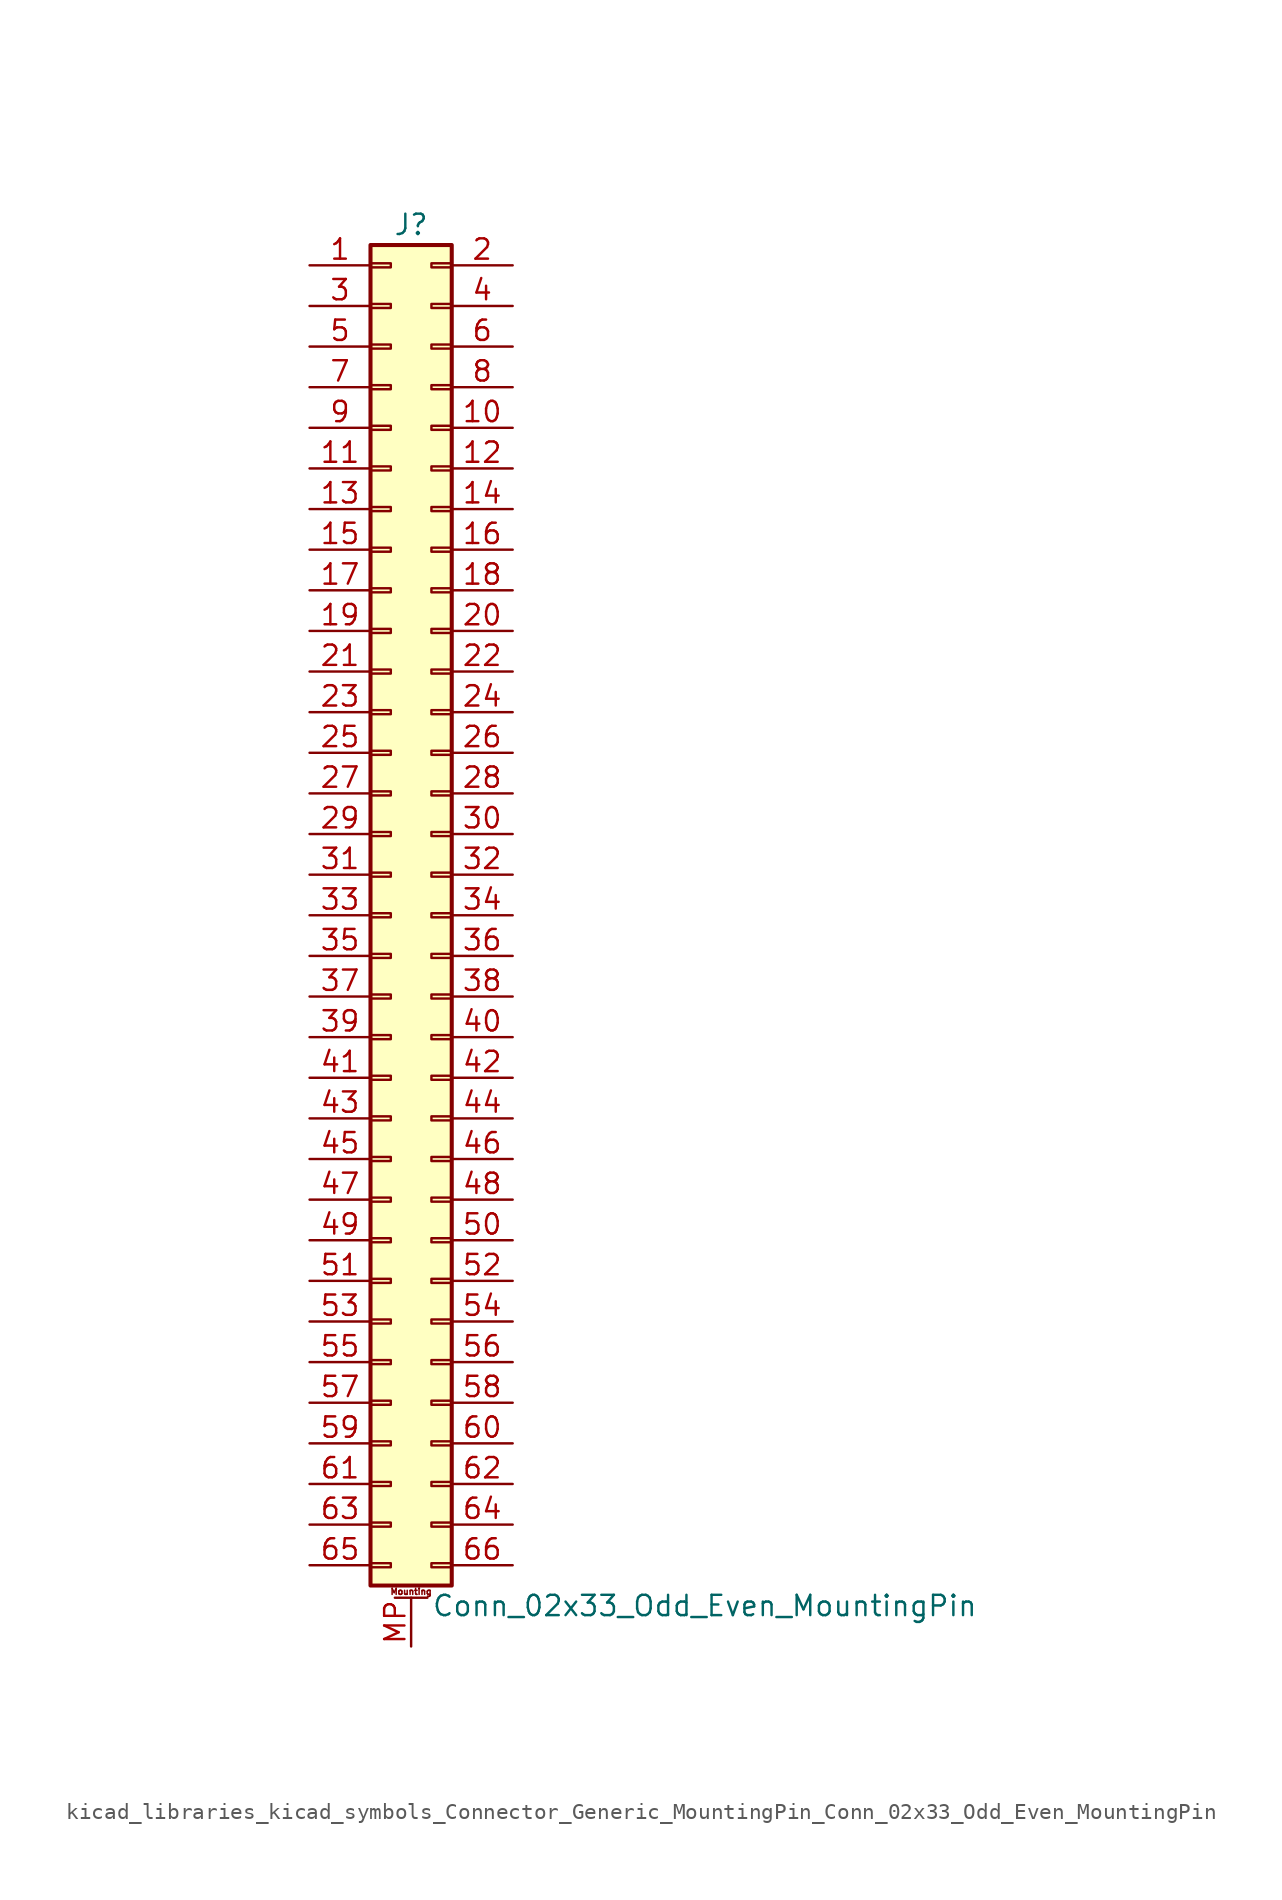
<source format=kicad_sym>
(kicad_symbol_lib
  (version 20220914)
  (generator kicad_symbol_editor)
  (symbol "kicad_libraries_kicad_symbols_Connector_Generic_MountingPin_Conn_02x33_Odd_Even_MountingPin"
    (pin_names
      (offset 1.016) hide)
    (property "Reference" "J"
      (at 1.27 43.18 0)
      (effects (font (size 1.27 1.27))))
    (property "Value" "Conn_02x33_Odd_Even_MountingPin"
      (at 2.54 -43.18 0)
      (effects (font (size 1.27 1.27)) (justify left)))
    (symbol "kicad_libraries_kicad_symbols_Connector_Generic_MountingPin_Conn_02x33_Odd_Even_MountingPin_1_1"
      (rectangle (start -1.27 -40.513) (end 0 -40.767) (stroke (width 0.152) (type default)) (fill (type none)))
      (rectangle (start -1.27 -37.973) (end 0 -38.227) (stroke (width 0.152) (type default)) (fill (type none)))
      (rectangle (start -1.27 -35.433) (end 0 -35.687) (stroke (width 0.152) (type default)) (fill (type none)))
      (rectangle (start -1.27 -32.893) (end 0 -33.147) (stroke (width 0.152) (type default)) (fill (type none)))
      (rectangle (start -1.27 -30.353) (end 0 -30.607) (stroke (width 0.152) (type default)) (fill (type none)))
      (rectangle (start -1.27 -27.813) (end 0 -28.067) (stroke (width 0.152) (type default)) (fill (type none)))
      (rectangle (start -1.27 -25.273) (end 0 -25.527) (stroke (width 0.152) (type default)) (fill (type none)))
      (rectangle (start -1.27 -22.733) (end 0 -22.987) (stroke (width 0.152) (type default)) (fill (type none)))
      (rectangle (start -1.27 -20.193) (end 0 -20.447) (stroke (width 0.152) (type default)) (fill (type none)))
      (rectangle (start -1.27 -17.653) (end 0 -17.907) (stroke (width 0.152) (type default)) (fill (type none)))
      (rectangle (start -1.27 -15.113) (end 0 -15.367) (stroke (width 0.152) (type default)) (fill (type none)))
      (rectangle (start -1.27 -12.573) (end 0 -12.827) (stroke (width 0.152) (type default)) (fill (type none)))
      (rectangle (start -1.27 -10.033) (end 0 -10.287) (stroke (width 0.152) (type default)) (fill (type none)))
      (rectangle (start -1.27 -7.493) (end 0 -7.747) (stroke (width 0.152) (type default)) (fill (type none)))
      (rectangle (start -1.27 -4.953) (end 0 -5.207) (stroke (width 0.152) (type default)) (fill (type none)))
      (rectangle (start -1.27 -2.413) (end 0 -2.667) (stroke (width 0.152) (type default)) (fill (type none)))
      (rectangle (start -1.27 0.127) (end 0 -0.127) (stroke (width 0.152) (type default)) (fill (type none)))
      (rectangle (start -1.27 2.667) (end 0 2.413) (stroke (width 0.152) (type default)) (fill (type none)))
      (rectangle (start -1.27 5.207) (end 0 4.953) (stroke (width 0.152) (type default)) (fill (type none)))
      (rectangle (start -1.27 7.747) (end 0 7.493) (stroke (width 0.152) (type default)) (fill (type none)))
      (rectangle (start -1.27 10.287) (end 0 10.033) (stroke (width 0.152) (type default)) (fill (type none)))
      (rectangle (start -1.27 12.827) (end 0 12.573) (stroke (width 0.152) (type default)) (fill (type none)))
      (rectangle (start -1.27 15.367) (end 0 15.113) (stroke (width 0.152) (type default)) (fill (type none)))
      (rectangle (start -1.27 17.907) (end 0 17.653) (stroke (width 0.152) (type default)) (fill (type none)))
      (rectangle (start -1.27 20.447) (end 0 20.193) (stroke (width 0.152) (type default)) (fill (type none)))
      (rectangle (start -1.27 22.987) (end 0 22.733) (stroke (width 0.152) (type default)) (fill (type none)))
      (rectangle (start -1.27 25.527) (end 0 25.273) (stroke (width 0.152) (type default)) (fill (type none)))
      (rectangle (start -1.27 28.067) (end 0 27.813) (stroke (width 0.152) (type default)) (fill (type none)))
      (rectangle (start -1.27 30.607) (end 0 30.353) (stroke (width 0.152) (type default)) (fill (type none)))
      (rectangle (start -1.27 33.147) (end 0 32.893) (stroke (width 0.152) (type default)) (fill (type none)))
      (rectangle (start -1.27 35.687) (end 0 35.433) (stroke (width 0.152) (type default)) (fill (type none)))
      (rectangle (start -1.27 38.227) (end 0 37.973) (stroke (width 0.152) (type default)) (fill (type none)))
      (rectangle (start -1.27 40.767) (end 0 40.513) (stroke (width 0.152) (type default)) (fill (type none)))
      (rectangle (start -1.27 41.91) (end 3.81 -41.91) (stroke (width 0.254) (type default)) (fill (type background)))
      (polyline (pts (xy 0.254 -42.672) (xy 2.286 -42.672)) (stroke (width 0.152) (type default)) (fill (type none)))
      (rectangle (start 3.81 -40.513) (end 2.54 -40.767) (stroke (width 0.152) (type default)) (fill (type none)))
      (rectangle (start 3.81 -37.973) (end 2.54 -38.227) (stroke (width 0.152) (type default)) (fill (type none)))
      (rectangle (start 3.81 -35.433) (end 2.54 -35.687) (stroke (width 0.152) (type default)) (fill (type none)))
      (rectangle (start 3.81 -32.893) (end 2.54 -33.147) (stroke (width 0.152) (type default)) (fill (type none)))
      (rectangle (start 3.81 -30.353) (end 2.54 -30.607) (stroke (width 0.152) (type default)) (fill (type none)))
      (rectangle (start 3.81 -27.813) (end 2.54 -28.067) (stroke (width 0.152) (type default)) (fill (type none)))
      (rectangle (start 3.81 -25.273) (end 2.54 -25.527) (stroke (width 0.152) (type default)) (fill (type none)))
      (rectangle (start 3.81 -22.733) (end 2.54 -22.987) (stroke (width 0.152) (type default)) (fill (type none)))
      (rectangle (start 3.81 -20.193) (end 2.54 -20.447) (stroke (width 0.152) (type default)) (fill (type none)))
      (rectangle (start 3.81 -17.653) (end 2.54 -17.907) (stroke (width 0.152) (type default)) (fill (type none)))
      (rectangle (start 3.81 -15.113) (end 2.54 -15.367) (stroke (width 0.152) (type default)) (fill (type none)))
      (rectangle (start 3.81 -12.573) (end 2.54 -12.827) (stroke (width 0.152) (type default)) (fill (type none)))
      (rectangle (start 3.81 -10.033) (end 2.54 -10.287) (stroke (width 0.152) (type default)) (fill (type none)))
      (rectangle (start 3.81 -7.493) (end 2.54 -7.747) (stroke (width 0.152) (type default)) (fill (type none)))
      (rectangle (start 3.81 -4.953) (end 2.54 -5.207) (stroke (width 0.152) (type default)) (fill (type none)))
      (rectangle (start 3.81 -2.413) (end 2.54 -2.667) (stroke (width 0.152) (type default)) (fill (type none)))
      (rectangle (start 3.81 0.127) (end 2.54 -0.127) (stroke (width 0.152) (type default)) (fill (type none)))
      (rectangle (start 3.81 2.667) (end 2.54 2.413) (stroke (width 0.152) (type default)) (fill (type none)))
      (rectangle (start 3.81 5.207) (end 2.54 4.953) (stroke (width 0.152) (type default)) (fill (type none)))
      (rectangle (start 3.81 7.747) (end 2.54 7.493) (stroke (width 0.152) (type default)) (fill (type none)))
      (rectangle (start 3.81 10.287) (end 2.54 10.033) (stroke (width 0.152) (type default)) (fill (type none)))
      (rectangle (start 3.81 12.827) (end 2.54 12.573) (stroke (width 0.152) (type default)) (fill (type none)))
      (rectangle (start 3.81 15.367) (end 2.54 15.113) (stroke (width 0.152) (type default)) (fill (type none)))
      (rectangle (start 3.81 17.907) (end 2.54 17.653) (stroke (width 0.152) (type default)) (fill (type none)))
      (rectangle (start 3.81 20.447) (end 2.54 20.193) (stroke (width 0.152) (type default)) (fill (type none)))
      (rectangle (start 3.81 22.987) (end 2.54 22.733) (stroke (width 0.152) (type default)) (fill (type none)))
      (rectangle (start 3.81 25.527) (end 2.54 25.273) (stroke (width 0.152) (type default)) (fill (type none)))
      (rectangle (start 3.81 28.067) (end 2.54 27.813) (stroke (width 0.152) (type default)) (fill (type none)))
      (rectangle (start 3.81 30.607) (end 2.54 30.353) (stroke (width 0.152) (type default)) (fill (type none)))
      (rectangle (start 3.81 33.147) (end 2.54 32.893) (stroke (width 0.152) (type default)) (fill (type none)))
      (rectangle (start 3.81 35.687) (end 2.54 35.433) (stroke (width 0.152) (type default)) (fill (type none)))
      (rectangle (start 3.81 38.227) (end 2.54 37.973) (stroke (width 0.152) (type default)) (fill (type none)))
      (rectangle (start 3.81 40.767) (end 2.54 40.513) (stroke (width 0.152) (type default)) (fill (type none)))
      (text "Mounting" (at 1.27 -42.291 0) (effects (font (size 0.381 0.381))))
      (pin passive line (at -5.08 40.64 0) (length 3.81) (name "Pin_1" (effects (font (size 1.27 1.27)))) (number "1" (effects (font (size 1.27 1.27)))))
      (pin passive line (at 7.62 30.48 180) (length 3.81) (name "Pin_10" (effects (font (size 1.27 1.27)))) (number "10" (effects (font (size 1.27 1.27)))))
      (pin passive line (at -5.08 27.94 0) (length 3.81) (name "Pin_11" (effects (font (size 1.27 1.27)))) (number "11" (effects (font (size 1.27 1.27)))))
      (pin passive line (at 7.62 27.94 180) (length 3.81) (name "Pin_12" (effects (font (size 1.27 1.27)))) (number "12" (effects (font (size 1.27 1.27)))))
      (pin passive line (at -5.08 25.4 0) (length 3.81) (name "Pin_13" (effects (font (size 1.27 1.27)))) (number "13" (effects (font (size 1.27 1.27)))))
      (pin passive line (at 7.62 25.4 180) (length 3.81) (name "Pin_14" (effects (font (size 1.27 1.27)))) (number "14" (effects (font (size 1.27 1.27)))))
      (pin passive line (at -5.08 22.86 0) (length 3.81) (name "Pin_15" (effects (font (size 1.27 1.27)))) (number "15" (effects (font (size 1.27 1.27)))))
      (pin passive line (at 7.62 22.86 180) (length 3.81) (name "Pin_16" (effects (font (size 1.27 1.27)))) (number "16" (effects (font (size 1.27 1.27)))))
      (pin passive line (at -5.08 20.32 0) (length 3.81) (name "Pin_17" (effects (font (size 1.27 1.27)))) (number "17" (effects (font (size 1.27 1.27)))))
      (pin passive line (at 7.62 20.32 180) (length 3.81) (name "Pin_18" (effects (font (size 1.27 1.27)))) (number "18" (effects (font (size 1.27 1.27)))))
      (pin passive line (at -5.08 17.78 0) (length 3.81) (name "Pin_19" (effects (font (size 1.27 1.27)))) (number "19" (effects (font (size 1.27 1.27)))))
      (pin passive line (at 7.62 40.64 180) (length 3.81) (name "Pin_2" (effects (font (size 1.27 1.27)))) (number "2" (effects (font (size 1.27 1.27)))))
      (pin passive line (at 7.62 17.78 180) (length 3.81) (name "Pin_20" (effects (font (size 1.27 1.27)))) (number "20" (effects (font (size 1.27 1.27)))))
      (pin passive line (at -5.08 15.24 0) (length 3.81) (name "Pin_21" (effects (font (size 1.27 1.27)))) (number "21" (effects (font (size 1.27 1.27)))))
      (pin passive line (at 7.62 15.24 180) (length 3.81) (name "Pin_22" (effects (font (size 1.27 1.27)))) (number "22" (effects (font (size 1.27 1.27)))))
      (pin passive line (at -5.08 12.7 0) (length 3.81) (name "Pin_23" (effects (font (size 1.27 1.27)))) (number "23" (effects (font (size 1.27 1.27)))))
      (pin passive line (at 7.62 12.7 180) (length 3.81) (name "Pin_24" (effects (font (size 1.27 1.27)))) (number "24" (effects (font (size 1.27 1.27)))))
      (pin passive line (at -5.08 10.16 0) (length 3.81) (name "Pin_25" (effects (font (size 1.27 1.27)))) (number "25" (effects (font (size 1.27 1.27)))))
      (pin passive line (at 7.62 10.16 180) (length 3.81) (name "Pin_26" (effects (font (size 1.27 1.27)))) (number "26" (effects (font (size 1.27 1.27)))))
      (pin passive line (at -5.08 7.62 0) (length 3.81) (name "Pin_27" (effects (font (size 1.27 1.27)))) (number "27" (effects (font (size 1.27 1.27)))))
      (pin passive line (at 7.62 7.62 180) (length 3.81) (name "Pin_28" (effects (font (size 1.27 1.27)))) (number "28" (effects (font (size 1.27 1.27)))))
      (pin passive line (at -5.08 5.08 0) (length 3.81) (name "Pin_29" (effects (font (size 1.27 1.27)))) (number "29" (effects (font (size 1.27 1.27)))))
      (pin passive line (at -5.08 38.1 0) (length 3.81) (name "Pin_3" (effects (font (size 1.27 1.27)))) (number "3" (effects (font (size 1.27 1.27)))))
      (pin passive line (at 7.62 5.08 180) (length 3.81) (name "Pin_30" (effects (font (size 1.27 1.27)))) (number "30" (effects (font (size 1.27 1.27)))))
      (pin passive line (at -5.08 2.54 0) (length 3.81) (name "Pin_31" (effects (font (size 1.27 1.27)))) (number "31" (effects (font (size 1.27 1.27)))))
      (pin passive line (at 7.62 2.54 180) (length 3.81) (name "Pin_32" (effects (font (size 1.27 1.27)))) (number "32" (effects (font (size 1.27 1.27)))))
      (pin passive line (at -5.08 0 0) (length 3.81) (name "Pin_33" (effects (font (size 1.27 1.27)))) (number "33" (effects (font (size 1.27 1.27)))))
      (pin passive line (at 7.62 0 180) (length 3.81) (name "Pin_34" (effects (font (size 1.27 1.27)))) (number "34" (effects (font (size 1.27 1.27)))))
      (pin passive line (at -5.08 -2.54 0) (length 3.81) (name "Pin_35" (effects (font (size 1.27 1.27)))) (number "35" (effects (font (size 1.27 1.27)))))
      (pin passive line (at 7.62 -2.54 180) (length 3.81) (name "Pin_36" (effects (font (size 1.27 1.27)))) (number "36" (effects (font (size 1.27 1.27)))))
      (pin passive line (at -5.08 -5.08 0) (length 3.81) (name "Pin_37" (effects (font (size 1.27 1.27)))) (number "37" (effects (font (size 1.27 1.27)))))
      (pin passive line (at 7.62 -5.08 180) (length 3.81) (name "Pin_38" (effects (font (size 1.27 1.27)))) (number "38" (effects (font (size 1.27 1.27)))))
      (pin passive line (at -5.08 -7.62 0) (length 3.81) (name "Pin_39" (effects (font (size 1.27 1.27)))) (number "39" (effects (font (size 1.27 1.27)))))
      (pin passive line (at 7.62 38.1 180) (length 3.81) (name "Pin_4" (effects (font (size 1.27 1.27)))) (number "4" (effects (font (size 1.27 1.27)))))
      (pin passive line (at 7.62 -7.62 180) (length 3.81) (name "Pin_40" (effects (font (size 1.27 1.27)))) (number "40" (effects (font (size 1.27 1.27)))))
      (pin passive line (at -5.08 -10.16 0) (length 3.81) (name "Pin_41" (effects (font (size 1.27 1.27)))) (number "41" (effects (font (size 1.27 1.27)))))
      (pin passive line (at 7.62 -10.16 180) (length 3.81) (name "Pin_42" (effects (font (size 1.27 1.27)))) (number "42" (effects (font (size 1.27 1.27)))))
      (pin passive line (at -5.08 -12.7 0) (length 3.81) (name "Pin_43" (effects (font (size 1.27 1.27)))) (number "43" (effects (font (size 1.27 1.27)))))
      (pin passive line (at 7.62 -12.7 180) (length 3.81) (name "Pin_44" (effects (font (size 1.27 1.27)))) (number "44" (effects (font (size 1.27 1.27)))))
      (pin passive line (at -5.08 -15.24 0) (length 3.81) (name "Pin_45" (effects (font (size 1.27 1.27)))) (number "45" (effects (font (size 1.27 1.27)))))
      (pin passive line (at 7.62 -15.24 180) (length 3.81) (name "Pin_46" (effects (font (size 1.27 1.27)))) (number "46" (effects (font (size 1.27 1.27)))))
      (pin passive line (at -5.08 -17.78 0) (length 3.81) (name "Pin_47" (effects (font (size 1.27 1.27)))) (number "47" (effects (font (size 1.27 1.27)))))
      (pin passive line (at 7.62 -17.78 180) (length 3.81) (name "Pin_48" (effects (font (size 1.27 1.27)))) (number "48" (effects (font (size 1.27 1.27)))))
      (pin passive line (at -5.08 -20.32 0) (length 3.81) (name "Pin_49" (effects (font (size 1.27 1.27)))) (number "49" (effects (font (size 1.27 1.27)))))
      (pin passive line (at -5.08 35.56 0) (length 3.81) (name "Pin_5" (effects (font (size 1.27 1.27)))) (number "5" (effects (font (size 1.27 1.27)))))
      (pin passive line (at 7.62 -20.32 180) (length 3.81) (name "Pin_50" (effects (font (size 1.27 1.27)))) (number "50" (effects (font (size 1.27 1.27)))))
      (pin passive line (at -5.08 -22.86 0) (length 3.81) (name "Pin_51" (effects (font (size 1.27 1.27)))) (number "51" (effects (font (size 1.27 1.27)))))
      (pin passive line (at 7.62 -22.86 180) (length 3.81) (name "Pin_52" (effects (font (size 1.27 1.27)))) (number "52" (effects (font (size 1.27 1.27)))))
      (pin passive line (at -5.08 -25.4 0) (length 3.81) (name "Pin_53" (effects (font (size 1.27 1.27)))) (number "53" (effects (font (size 1.27 1.27)))))
      (pin passive line (at 7.62 -25.4 180) (length 3.81) (name "Pin_54" (effects (font (size 1.27 1.27)))) (number "54" (effects (font (size 1.27 1.27)))))
      (pin passive line (at -5.08 -27.94 0) (length 3.81) (name "Pin_55" (effects (font (size 1.27 1.27)))) (number "55" (effects (font (size 1.27 1.27)))))
      (pin passive line (at 7.62 -27.94 180) (length 3.81) (name "Pin_56" (effects (font (size 1.27 1.27)))) (number "56" (effects (font (size 1.27 1.27)))))
      (pin passive line (at -5.08 -30.48 0) (length 3.81) (name "Pin_57" (effects (font (size 1.27 1.27)))) (number "57" (effects (font (size 1.27 1.27)))))
      (pin passive line (at 7.62 -30.48 180) (length 3.81) (name "Pin_58" (effects (font (size 1.27 1.27)))) (number "58" (effects (font (size 1.27 1.27)))))
      (pin passive line (at -5.08 -33.02 0) (length 3.81) (name "Pin_59" (effects (font (size 1.27 1.27)))) (number "59" (effects (font (size 1.27 1.27)))))
      (pin passive line (at 7.62 35.56 180) (length 3.81) (name "Pin_6" (effects (font (size 1.27 1.27)))) (number "6" (effects (font (size 1.27 1.27)))))
      (pin passive line (at 7.62 -33.02 180) (length 3.81) (name "Pin_60" (effects (font (size 1.27 1.27)))) (number "60" (effects (font (size 1.27 1.27)))))
      (pin passive line (at -5.08 -35.56 0) (length 3.81) (name "Pin_61" (effects (font (size 1.27 1.27)))) (number "61" (effects (font (size 1.27 1.27)))))
      (pin passive line (at 7.62 -35.56 180) (length 3.81) (name "Pin_62" (effects (font (size 1.27 1.27)))) (number "62" (effects (font (size 1.27 1.27)))))
      (pin passive line (at -5.08 -38.1 0) (length 3.81) (name "Pin_63" (effects (font (size 1.27 1.27)))) (number "63" (effects (font (size 1.27 1.27)))))
      (pin passive line (at 7.62 -38.1 180) (length 3.81) (name "Pin_64" (effects (font (size 1.27 1.27)))) (number "64" (effects (font (size 1.27 1.27)))))
      (pin passive line (at -5.08 -40.64 0) (length 3.81) (name "Pin_65" (effects (font (size 1.27 1.27)))) (number "65" (effects (font (size 1.27 1.27)))))
      (pin passive line (at 7.62 -40.64 180) (length 3.81) (name "Pin_66" (effects (font (size 1.27 1.27)))) (number "66" (effects (font (size 1.27 1.27)))))
      (pin passive line (at -5.08 33.02 0) (length 3.81) (name "Pin_7" (effects (font (size 1.27 1.27)))) (number "7" (effects (font (size 1.27 1.27)))))
      (pin passive line (at 7.62 33.02 180) (length 3.81) (name "Pin_8" (effects (font (size 1.27 1.27)))) (number "8" (effects (font (size 1.27 1.27)))))
      (pin passive line (at -5.08 30.48 0) (length 3.81) (name "Pin_9" (effects (font (size 1.27 1.27)))) (number "9" (effects (font (size 1.27 1.27)))))
      (pin passive line (at 1.27 -45.72 90) (length 3.048) (name "MountPin" (effects (font (size 1.27 1.27)))) (number "MP" (effects (font (size 1.27 1.27))))))))
</source>
